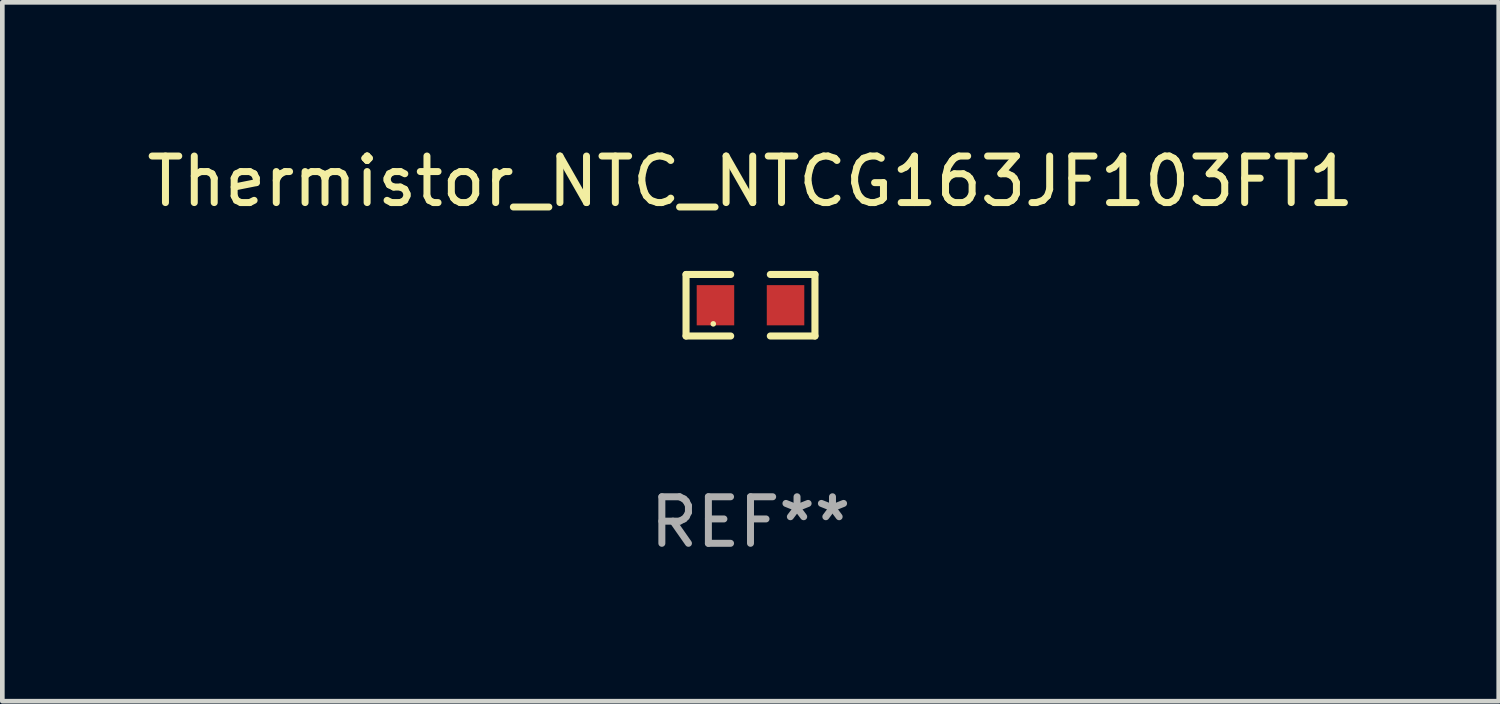
<source format=kicad_pcb>
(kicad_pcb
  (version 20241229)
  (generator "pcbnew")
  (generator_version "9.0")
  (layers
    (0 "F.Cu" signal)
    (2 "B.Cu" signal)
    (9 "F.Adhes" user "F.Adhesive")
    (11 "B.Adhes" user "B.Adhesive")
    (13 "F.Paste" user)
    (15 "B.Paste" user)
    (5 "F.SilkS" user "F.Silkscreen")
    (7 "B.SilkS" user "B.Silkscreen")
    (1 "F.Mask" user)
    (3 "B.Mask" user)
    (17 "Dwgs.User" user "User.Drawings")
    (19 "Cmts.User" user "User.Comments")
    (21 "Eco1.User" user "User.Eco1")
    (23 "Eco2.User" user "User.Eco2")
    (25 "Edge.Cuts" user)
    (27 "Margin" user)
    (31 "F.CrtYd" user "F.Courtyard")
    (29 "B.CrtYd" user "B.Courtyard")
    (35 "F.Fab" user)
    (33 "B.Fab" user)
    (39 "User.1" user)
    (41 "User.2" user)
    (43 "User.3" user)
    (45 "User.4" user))
  (footprint "Thermistor_NTC_NTCG163JF103FT1"
    (layer "F.Cu")
    (at 13.077 3.509)
    (property "Reference" "Thermistor_NTC_NTCG163JF103FT1" (at 0 -2.661 0) (layer "F.SilkS") (effects (font (size 1 1) (thickness 0.15))))
    (attr smd)
    (fp_line (start -1.385 -0.661) (end -0.426 -0.661) (stroke (width 0.152) (type solid)) (layer "F.SilkS"))
    (fp_line (start -1.385 0.661) (end -1.385 -0.661) (stroke (width 0.152) (type solid)) (layer "F.SilkS"))
    (fp_line (start -0.426 0.661) (end -1.385 0.661) (stroke (width 0.152) (type solid)) (layer "F.SilkS"))
    (fp_line (start 0.426 0.661) (end 1.385 0.661) (stroke (width 0.152) (type solid)) (layer "F.SilkS"))
    (fp_line (start 1.385 -0.661) (end 0.426 -0.661) (stroke (width 0.152) (type solid)) (layer "F.SilkS"))
    (fp_line (start 1.385 0.661) (end 1.385 -0.661) (stroke (width 0.152) (type solid)) (layer "F.SilkS"))
    (fp_circle (center -0.8 0.4) (end -0.77 0.4) (stroke (width 0.06) (type solid)) (fill no) (layer "F.SilkS"))
    (fp_text user "REF**" (at 0 4.661 0) (layer "F.Fab") (effects (font (size 1 1) (thickness 0.15))))
    (pad "1" smd rect (at -0.753 0) (size 0.806 0.864) (layers "F.Cu" "F.Mask" "F.Paste"))
    (pad "2" smd rect (at 0.753 0) (size 0.806 0.864) (layers "F.Cu" "F.Mask" "F.Paste")))
  (gr_rect
    (start -3 -3)
    (end 29.155 12.018)
    (stroke (width 0.1) (type default))
    (fill no)
    (layer "Edge.Cuts")))
</source>
